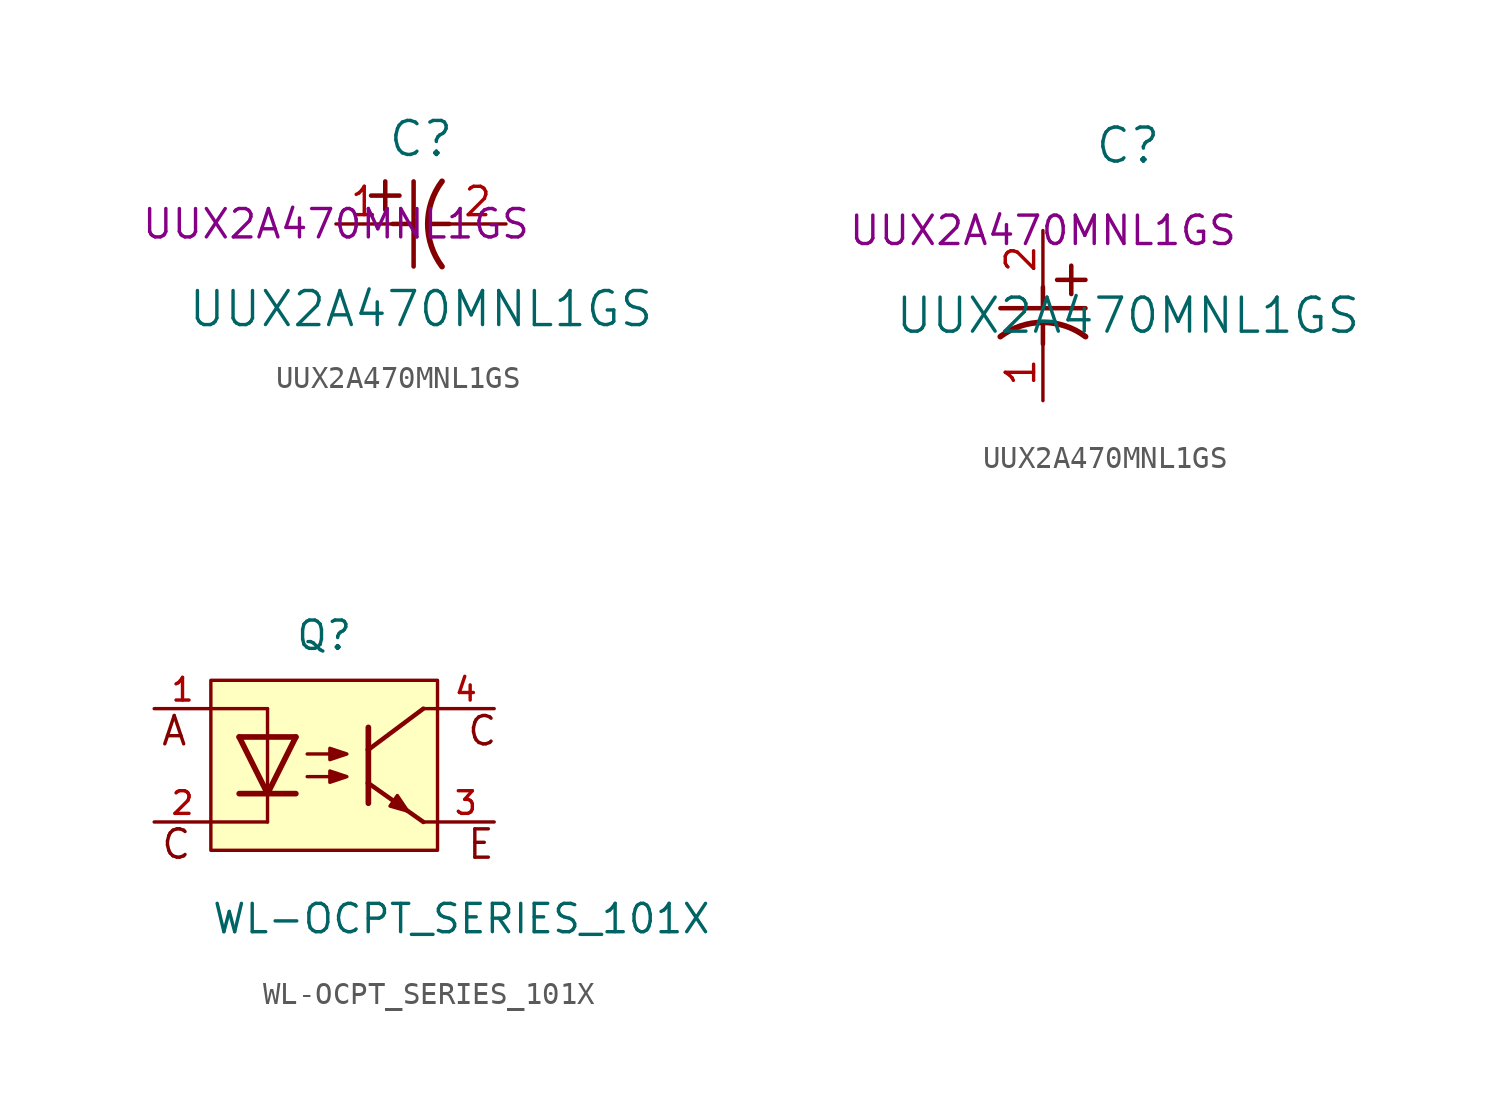
<source format=kicad_sym>
(kicad_symbol_lib
  (version 20241209)
  (generator "kicad_symbol_editor")
  (generator_version "9.0")
  (symbol "UUX2A470MNL1GS"
    (pin_names
      (offset 0.254))
    (property "Reference" "C"
      (at 3.81 3.81 0)
      (effects (font (size 1.524 1.524))))
    (property "Value" "UUX2A470MNL1GS"
      (at 3.81 -3.81 0)
      (effects (font (size 1.524 1.524))))
    (property "MPN" "UUX2A470MNL1GS"
      (at 0 0 0)
      (effects (font (size 1.27 1.27))))
    (symbol "UUX2A470MNL1GS_1_1"
      (polyline (pts (xy 1.575 1.27) (xy 2.845 1.27)) (stroke (width 0.203) (type default)) (fill (type none)))
      (polyline (pts (xy 2.21 0.635) (xy 2.21 1.905)) (stroke (width 0.203) (type default)) (fill (type none)))
      (polyline (pts (xy 2.54 0) (xy 3.48 0)) (stroke (width 0.203) (type default)) (fill (type none)))
      (polyline (pts (xy 3.48 -1.905) (xy 3.48 1.905)) (stroke (width 0.203) (type default)) (fill (type none)))
      (polyline (pts (xy 4.115 0) (xy 5.08 0)) (stroke (width 0.203) (type default)) (fill (type none)))
      (arc (start 4.7541 -1.9108) (mid 4.1148 0) (end 4.7541 1.9108) (stroke (width 0.254) (type default)) (fill (type none)))
      (pin unspecified line (at 0 0 0) (length 2.54) (name "" (effects (font (size 1.27 1.27)))) (number "1" (effects (font (size 1.27 1.27)))))
      (pin unspecified line (at 7.62 0 180) (length 2.54) (name "" (effects (font (size 1.27 1.27)))) (number "2" (effects (font (size 1.27 1.27))))))
    (symbol "UUX2A470MNL1GS_1_2"
      (polyline (pts (xy -1.905 -3.48) (xy 1.905 -3.48)) (stroke (width 0.203) (type default)) (fill (type none)))
      (polyline (pts (xy 0 -2.54) (xy 0 -3.48)) (stroke (width 0.203) (type default)) (fill (type none)))
      (polyline (pts (xy 0 -4.115) (xy 0 -5.08)) (stroke (width 0.203) (type default)) (fill (type none)))
      (arc (start -1.9108 -4.7541) (mid 0 -4.1148) (end 1.9108 -4.7541) (stroke (width 0.254) (type default)) (fill (type none)))
      (polyline (pts (xy 0.635 -2.21) (xy 1.905 -2.21)) (stroke (width 0.203) (type default)) (fill (type none)))
      (polyline (pts (xy 1.27 -1.575) (xy 1.27 -2.845)) (stroke (width 0.203) (type default)) (fill (type none)))
      (pin unspecified line (at 0 0 270) (length 2.54) (name "" (effects (font (size 1.27 1.27)))) (number "2" (effects (font (size 1.27 1.27)))))
      (pin unspecified line (at 0 -7.62 90) (length 2.54) (name "" (effects (font (size 1.27 1.27)))) (number "1" (effects (font (size 1.27 1.27)))))))
  (symbol "WL-OCPT_SERIES_101X"
    (pin_names
      (offset 1.016))
    (property "Reference" "Q"
      (at 0 5.08 0)
      (effects (font (size 1.27 1.27)) (justify bottom)))
    (property "Value" "WL-OCPT_SERIES_101X"
      (at -5.08 -7.62 0)
      (effects (font (size 1.27 1.27)) (justify left bottom)))
    (symbol "WL-OCPT_SERIES_101X_0_0"
      (rectangle (start -5.08 -3.81) (end 5.08 3.81) (stroke (width 0.152) (type default)) (fill (type background)))
      (polyline (pts (xy -2.54 2.54) (xy -5.08 2.54)) (stroke (width 0.152) (type default)) (fill (type none)))
      (polyline (pts (xy -2.54 1.27) (xy -3.81 1.27)) (stroke (width 0.254) (type default)) (fill (type none)))
      (polyline (pts (xy -2.54 1.27) (xy -2.54 2.54)) (stroke (width 0.152) (type default)) (fill (type none)))
      (polyline (pts (xy -2.54 1.27) (xy -2.54 -1.27)) (stroke (width 0.152) (type default)) (fill (type none)))
      (polyline (pts (xy -2.54 -1.27) (xy -3.81 1.27)) (stroke (width 0.254) (type default)) (fill (type none)))
      (polyline (pts (xy -2.54 -1.27) (xy -3.81 -1.27)) (stroke (width 0.254) (type default)) (fill (type none)))
      (polyline (pts (xy -2.54 -1.27) (xy -2.54 -2.54)) (stroke (width 0.152) (type default)) (fill (type none)))
      (polyline (pts (xy -2.54 -2.54) (xy -5.08 -2.54)) (stroke (width 0.152) (type default)) (fill (type none)))
      (polyline (pts (xy -1.27 1.27) (xy -2.54 1.27)) (stroke (width 0.254) (type default)) (fill (type none)))
      (polyline (pts (xy -1.27 1.27) (xy -2.54 -1.27)) (stroke (width 0.254) (type default)) (fill (type none)))
      (polyline (pts (xy -1.27 -1.27) (xy -2.54 -1.27)) (stroke (width 0.254) (type default)) (fill (type none)))
      (polyline (pts (xy -0.762 0.508) (xy 0.508 0.508)) (stroke (width 0.152) (type default)) (fill (type none)))
      (polyline (pts (xy -0.762 -0.508) (xy 0.508 -0.508)) (stroke (width 0.152) (type default)) (fill (type none)))
      (polyline (pts (xy 0.254 0.762) (xy 1.016 0.508) (xy 0.254 0.254) (xy 0.254 0.762)) (stroke (width 0.152) (type default)) (fill (type outline)))
      (polyline (pts (xy 0.254 -0.254) (xy 1.016 -0.508) (xy 0.254 -0.762) (xy 0.254 -0.254)) (stroke (width 0.152) (type default)) (fill (type outline)))
      (polyline (pts (xy 1.98 1.7) (xy 1.98 0.7)) (stroke (width 0.254) (type default)) (fill (type none)))
      (polyline (pts (xy 1.98 0.7) (xy 1.98 -0.8)) (stroke (width 0.254) (type default)) (fill (type none)))
      (polyline (pts (xy 1.98 0.7) (xy 4.445 2.54)) (stroke (width 0.2) (type default)) (fill (type none)))
      (polyline (pts (xy 1.98 -0.8) (xy 1.98 -1.7)) (stroke (width 0.254) (type default)) (fill (type none)))
      (polyline (pts (xy 1.98 -0.8) (xy 4.445 -2.54)) (stroke (width 0.2) (type default)) (fill (type none)))
      (polyline (pts (xy 3.278 -1.354) (xy 2.951 -1.827) (xy 3.749 -2.056) (xy 3.278 -1.354)) (stroke (width 0.152) (type default)) (fill (type outline)))
      (polyline (pts (xy 4.445 2.54) (xy 5.08 2.54)) (stroke (width 0.152) (type default)) (fill (type none)))
      (polyline (pts (xy 4.445 -2.54) (xy 5.08 -2.54)) (stroke (width 0.152) (type default)) (fill (type none)))
      (text "A" (at -7.366 2.286 0) (effects (font (size 1.27 1.27)) (justify left top)))
      (text "C" (at -7.366 -2.794 0) (effects (font (size 1.27 1.27)) (justify left top)))
      (text "C" (at 6.35 2.286 0) (effects (font (size 1.27 1.27)) (justify left top)))
      (text "E" (at 6.35 -2.794 0) (effects (font (size 1.27 1.27)) (justify left top)))
      (pin passive line (at -7.62 2.54 0) (length 2.54) (name "~" (effects (font (size 1.016 1.016)))) (number "1" (effects (font (size 1.016 1.016)))))
      (pin passive line (at -7.62 -2.54 0) (length 2.54) (name "~" (effects (font (size 1.016 1.016)))) (number "2" (effects (font (size 1.016 1.016)))))
      (pin passive line (at 7.62 2.54 180) (length 2.54) (name "~" (effects (font (size 1.016 1.016)))) (number "4" (effects (font (size 1.016 1.016)))))
      (pin passive line (at 7.62 -2.54 180) (length 2.54) (name "~" (effects (font (size 1.016 1.016)))) (number "3" (effects (font (size 1.016 1.016))))))))
</source>
